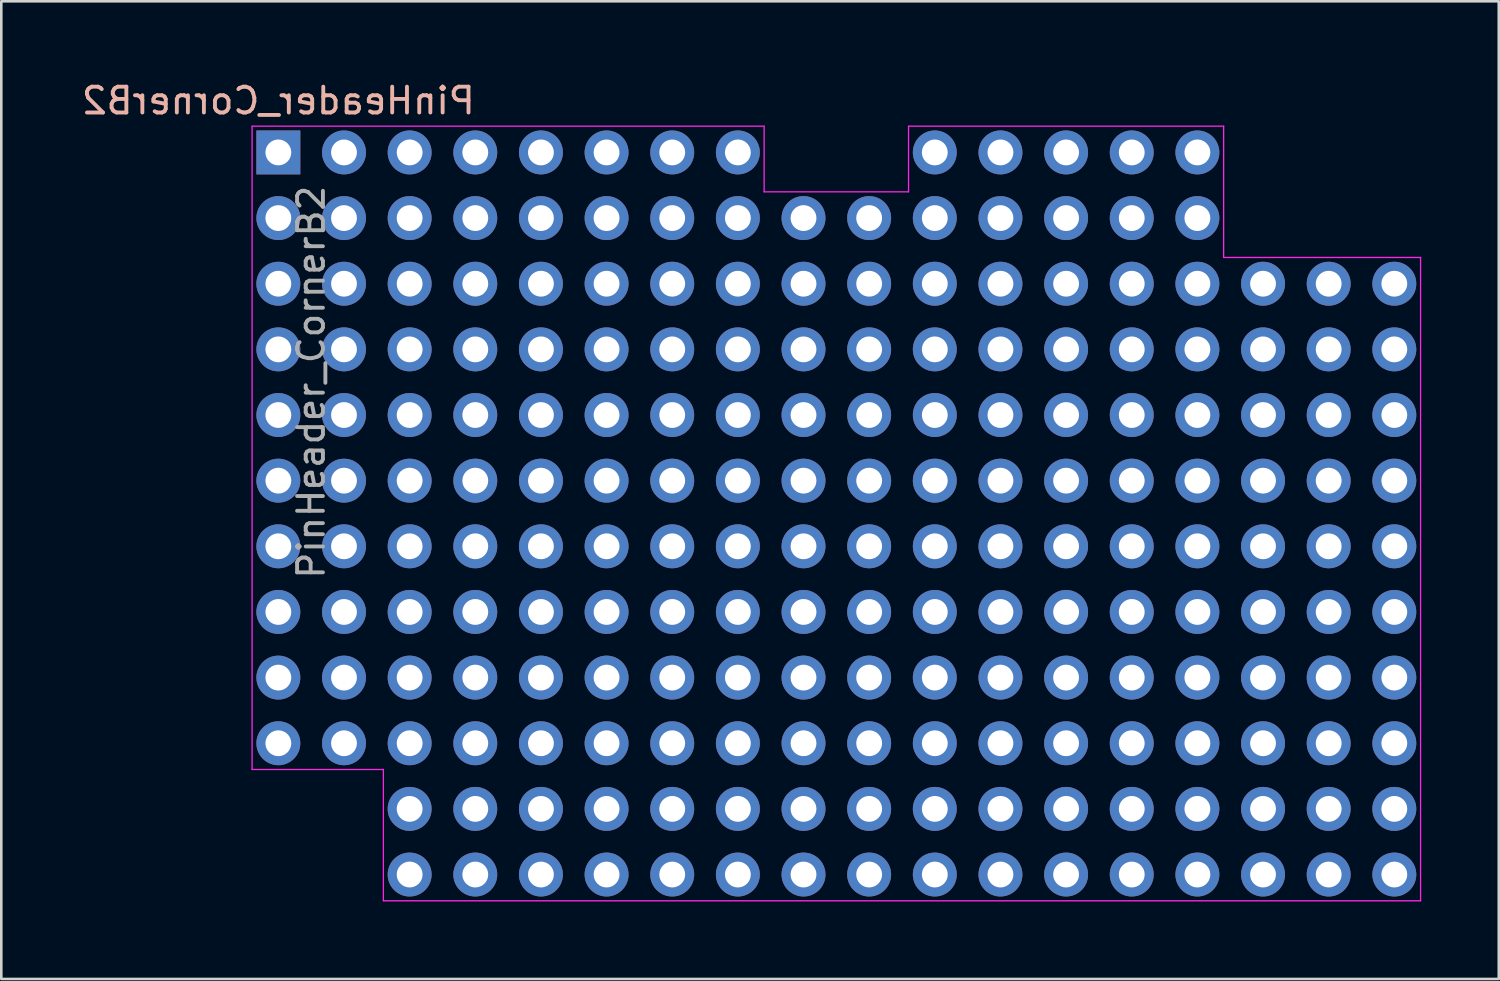
<source format=kicad_pcb>
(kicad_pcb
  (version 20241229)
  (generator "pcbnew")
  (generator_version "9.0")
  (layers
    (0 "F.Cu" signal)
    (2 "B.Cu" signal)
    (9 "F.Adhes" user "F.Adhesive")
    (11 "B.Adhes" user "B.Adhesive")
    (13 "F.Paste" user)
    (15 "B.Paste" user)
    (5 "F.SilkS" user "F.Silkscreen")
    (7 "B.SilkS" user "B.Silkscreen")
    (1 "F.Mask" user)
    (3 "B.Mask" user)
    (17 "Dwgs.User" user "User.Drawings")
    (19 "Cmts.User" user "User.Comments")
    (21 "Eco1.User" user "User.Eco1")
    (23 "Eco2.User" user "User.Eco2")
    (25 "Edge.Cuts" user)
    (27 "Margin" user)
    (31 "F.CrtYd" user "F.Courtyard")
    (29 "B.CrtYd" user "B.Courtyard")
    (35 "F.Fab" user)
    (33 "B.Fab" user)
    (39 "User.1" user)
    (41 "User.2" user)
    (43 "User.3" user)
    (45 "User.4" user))
  (footprint "PinHeader_CornerB2"
    (layer "F.Cu")
    (at 7.72 2.848)
    (property "Reference" "PinHeader_CornerB2" (at 0 -2 180) (layer "B.SilkS") (effects (font (size 1 1) (thickness 0.15)) (justify mirror)))
    (attr through_hole board_only)
    (fp_line (start -1.016 -1.016) (end 18.796 -1.016) (stroke (width 0.05) (type default)) (layer "F.CrtYd"))
    (fp_line (start -1.016 23.876) (end -1.016 -1.016) (stroke (width 0.05) (type default)) (layer "F.CrtYd"))
    (fp_line (start 4.064 23.876) (end -1.016 23.876) (stroke (width 0.05) (type default)) (layer "F.CrtYd"))
    (fp_line (start 4.064 28.956) (end 4.064 23.876) (stroke (width 0.05) (type default)) (layer "F.CrtYd"))
    (fp_line (start 18.796 -1.016) (end 18.796 1.524) (stroke (width 0.05) (type default)) (layer "F.CrtYd"))
    (fp_line (start 18.796 1.524) (end 24.384 1.524) (stroke (width 0.05) (type default)) (layer "F.CrtYd"))
    (fp_line (start 24.384 -1.016) (end 36.576 -1.016) (stroke (width 0.05) (type default)) (layer "F.CrtYd"))
    (fp_line (start 24.384 1.524) (end 24.384 -1.016) (stroke (width 0.05) (type default)) (layer "F.CrtYd"))
    (fp_line (start 36.576 -1.016) (end 36.576 4.064) (stroke (width 0.05) (type default)) (layer "F.CrtYd"))
    (fp_line (start 36.576 4.064) (end 44.196 4.064) (stroke (width 0.05) (type default)) (layer "F.CrtYd"))
    (fp_line (start 44.196 4.064) (end 44.196 28.956) (stroke (width 0.05) (type default)) (layer "F.CrtYd"))
    (fp_line (start 44.196 28.956) (end 4.064 28.956) (stroke (width 0.05) (type default)) (layer "F.CrtYd"))
    (fp_text user "${REFERENCE}" (at 1.27 8.89 90) (layer "F.Fab") (effects (font (size 1 1) (thickness 0.15))))
    (pad "1" thru_hole rect (at 0 0) (size 1.7 1.7) (drill 1) (layers "*.Cu" "*.Mask"))
    (pad "2" thru_hole oval (at 0 2.54) (size 1.7 1.7) (drill 1) (layers "*.Cu" "*.Mask"))
    (pad "3" thru_hole oval (at 0 5.08) (size 1.7 1.7) (drill 1) (layers "*.Cu" "*.Mask"))
    (pad "4" thru_hole oval (at 0 7.62) (size 1.7 1.7) (drill 1) (layers "*.Cu" "*.Mask"))
    (pad "5" thru_hole oval (at 0 10.16) (size 1.7 1.7) (drill 1) (layers "*.Cu" "*.Mask"))
    (pad "6" thru_hole oval (at 0 12.7) (size 1.7 1.7) (drill 1) (layers "*.Cu" "*.Mask"))
    (pad "7" thru_hole oval (at 0 15.24) (size 1.7 1.7) (drill 1) (layers "*.Cu" "*.Mask"))
    (pad "8" thru_hole oval (at 0 17.78) (size 1.7 1.7) (drill 1) (layers "*.Cu" "*.Mask"))
    (pad "9" thru_hole oval (at 0 20.32) (size 1.7 1.7) (drill 1) (layers "*.Cu" "*.Mask"))
    (pad "10" thru_hole oval (at 0 22.86) (size 1.7 1.7) (drill 1) (layers "*.Cu" "*.Mask"))
    (pad "11" thru_hole oval (at 2.54 0) (size 1.7 1.7) (drill 1) (layers "*.Cu" "*.Mask"))
    (pad "12" thru_hole oval (at 2.54 2.54) (size 1.7 1.7) (drill 1) (layers "*.Cu" "*.Mask"))
    (pad "13" thru_hole oval (at 2.54 5.08) (size 1.7 1.7) (drill 1) (layers "*.Cu" "*.Mask"))
    (pad "14" thru_hole oval (at 2.54 7.62) (size 1.7 1.7) (drill 1) (layers "*.Cu" "*.Mask"))
    (pad "15" thru_hole oval (at 2.54 10.16) (size 1.7 1.7) (drill 1) (layers "*.Cu" "*.Mask"))
    (pad "16" thru_hole oval (at 2.54 12.7) (size 1.7 1.7) (drill 1) (layers "*.Cu" "*.Mask"))
    (pad "17" thru_hole oval (at 2.54 15.24) (size 1.7 1.7) (drill 1) (layers "*.Cu" "*.Mask"))
    (pad "18" thru_hole oval (at 2.54 17.78) (size 1.7 1.7) (drill 1) (layers "*.Cu" "*.Mask"))
    (pad "19" thru_hole oval (at 2.54 20.32) (size 1.7 1.7) (drill 1) (layers "*.Cu" "*.Mask"))
    (pad "20" thru_hole oval (at 2.54 22.86) (size 1.7 1.7) (drill 1) (layers "*.Cu" "*.Mask"))
    (pad "21" thru_hole oval (at 5.08 0) (size 1.7 1.7) (drill 1) (layers "*.Cu" "*.Mask"))
    (pad "22" thru_hole oval (at 5.08 2.54) (size 1.7 1.7) (drill 1) (layers "*.Cu" "*.Mask"))
    (pad "23" thru_hole oval (at 5.08 5.08) (size 1.7 1.7) (drill 1) (layers "*.Cu" "*.Mask"))
    (pad "24" thru_hole oval (at 5.08 7.62) (size 1.7 1.7) (drill 1) (layers "*.Cu" "*.Mask"))
    (pad "25" thru_hole oval (at 5.08 10.16) (size 1.7 1.7) (drill 1) (layers "*.Cu" "*.Mask"))
    (pad "26" thru_hole oval (at 5.08 12.7) (size 1.7 1.7) (drill 1) (layers "*.Cu" "*.Mask"))
    (pad "27" thru_hole oval (at 5.08 15.24) (size 1.7 1.7) (drill 1) (layers "*.Cu" "*.Mask"))
    (pad "28" thru_hole oval (at 5.08 17.78) (size 1.7 1.7) (drill 1) (layers "*.Cu" "*.Mask"))
    (pad "29" thru_hole oval (at 5.08 20.32) (size 1.7 1.7) (drill 1) (layers "*.Cu" "*.Mask"))
    (pad "30" thru_hole oval (at 5.08 22.86) (size 1.7 1.7) (drill 1) (layers "*.Cu" "*.Mask"))
    (pad "31" thru_hole oval (at 5.08 25.4) (size 1.7 1.7) (drill 1) (layers "*.Cu" "*.Mask"))
    (pad "32" thru_hole oval (at 5.08 27.94) (size 1.7 1.7) (drill 1) (layers "*.Cu" "*.Mask"))
    (pad "33" thru_hole oval (at 7.62 0) (size 1.7 1.7) (drill 1) (layers "*.Cu" "*.Mask"))
    (pad "34" thru_hole oval (at 7.62 2.54) (size 1.7 1.7) (drill 1) (layers "*.Cu" "*.Mask"))
    (pad "35" thru_hole oval (at 7.62 5.08) (size 1.7 1.7) (drill 1) (layers "*.Cu" "*.Mask"))
    (pad "36" thru_hole oval (at 7.62 7.62) (size 1.7 1.7) (drill 1) (layers "*.Cu" "*.Mask"))
    (pad "37" thru_hole oval (at 7.62 10.16) (size 1.7 1.7) (drill 1) (layers "*.Cu" "*.Mask"))
    (pad "38" thru_hole oval (at 7.62 12.7) (size 1.7 1.7) (drill 1) (layers "*.Cu" "*.Mask"))
    (pad "39" thru_hole oval (at 7.62 15.24) (size 1.7 1.7) (drill 1) (layers "*.Cu" "*.Mask"))
    (pad "40" thru_hole oval (at 7.62 17.78) (size 1.7 1.7) (drill 1) (layers "*.Cu" "*.Mask"))
    (pad "41" thru_hole oval (at 7.62 20.32) (size 1.7 1.7) (drill 1) (layers "*.Cu" "*.Mask"))
    (pad "42" thru_hole oval (at 7.62 22.86) (size 1.7 1.7) (drill 1) (layers "*.Cu" "*.Mask"))
    (pad "43" thru_hole oval (at 7.62 25.4) (size 1.7 1.7) (drill 1) (layers "*.Cu" "*.Mask"))
    (pad "44" thru_hole oval (at 7.62 27.94) (size 1.7 1.7) (drill 1) (layers "*.Cu" "*.Mask"))
    (pad "45" thru_hole oval (at 10.16 0) (size 1.7 1.7) (drill 1) (layers "*.Cu" "*.Mask"))
    (pad "46" thru_hole oval (at 10.16 2.54) (size 1.7 1.7) (drill 1) (layers "*.Cu" "*.Mask"))
    (pad "47" thru_hole oval (at 10.16 5.08) (size 1.7 1.7) (drill 1) (layers "*.Cu" "*.Mask"))
    (pad "48" thru_hole oval (at 10.16 7.62) (size 1.7 1.7) (drill 1) (layers "*.Cu" "*.Mask"))
    (pad "49" thru_hole oval (at 10.16 10.16) (size 1.7 1.7) (drill 1) (layers "*.Cu" "*.Mask"))
    (pad "50" thru_hole oval (at 10.16 12.7) (size 1.7 1.7) (drill 1) (layers "*.Cu" "*.Mask"))
    (pad "51" thru_hole oval (at 10.16 15.24) (size 1.7 1.7) (drill 1) (layers "*.Cu" "*.Mask"))
    (pad "52" thru_hole oval (at 10.16 17.78) (size 1.7 1.7) (drill 1) (layers "*.Cu" "*.Mask"))
    (pad "53" thru_hole oval (at 10.16 20.32) (size 1.7 1.7) (drill 1) (layers "*.Cu" "*.Mask"))
    (pad "54" thru_hole oval (at 10.16 22.86) (size 1.7 1.7) (drill 1) (layers "*.Cu" "*.Mask"))
    (pad "55" thru_hole oval (at 10.16 25.4) (size 1.7 1.7) (drill 1) (layers "*.Cu" "*.Mask"))
    (pad "56" thru_hole oval (at 10.16 27.94) (size 1.7 1.7) (drill 1) (layers "*.Cu" "*.Mask"))
    (pad "57" thru_hole oval (at 12.7 0) (size 1.7 1.7) (drill 1) (layers "*.Cu" "*.Mask"))
    (pad "58" thru_hole oval (at 12.7 2.54) (size 1.7 1.7) (drill 1) (layers "*.Cu" "*.Mask"))
    (pad "59" thru_hole oval (at 12.7 5.08) (size 1.7 1.7) (drill 1) (layers "*.Cu" "*.Mask"))
    (pad "60" thru_hole oval (at 12.7 7.62) (size 1.7 1.7) (drill 1) (layers "*.Cu" "*.Mask"))
    (pad "61" thru_hole oval (at 12.7 10.16) (size 1.7 1.7) (drill 1) (layers "*.Cu" "*.Mask"))
    (pad "62" thru_hole oval (at 12.7 12.7) (size 1.7 1.7) (drill 1) (layers "*.Cu" "*.Mask"))
    (pad "63" thru_hole oval (at 12.7 15.24) (size 1.7 1.7) (drill 1) (layers "*.Cu" "*.Mask"))
    (pad "64" thru_hole oval (at 12.7 17.78) (size 1.7 1.7) (drill 1) (layers "*.Cu" "*.Mask"))
    (pad "65" thru_hole oval (at 12.7 20.32) (size 1.7 1.7) (drill 1) (layers "*.Cu" "*.Mask"))
    (pad "66" thru_hole oval (at 12.7 22.86) (size 1.7 1.7) (drill 1) (layers "*.Cu" "*.Mask"))
    (pad "67" thru_hole oval (at 12.7 25.4) (size 1.7 1.7) (drill 1) (layers "*.Cu" "*.Mask"))
    (pad "68" thru_hole oval (at 12.7 27.94) (size 1.7 1.7) (drill 1) (layers "*.Cu" "*.Mask"))
    (pad "69" thru_hole oval (at 15.24 0) (size 1.7 1.7) (drill 1) (layers "*.Cu" "*.Mask"))
    (pad "70" thru_hole oval (at 15.24 2.54) (size 1.7 1.7) (drill 1) (layers "*.Cu" "*.Mask"))
    (pad "71" thru_hole oval (at 15.24 5.08) (size 1.7 1.7) (drill 1) (layers "*.Cu" "*.Mask"))
    (pad "72" thru_hole oval (at 15.24 7.62) (size 1.7 1.7) (drill 1) (layers "*.Cu" "*.Mask"))
    (pad "73" thru_hole oval (at 15.24 10.16) (size 1.7 1.7) (drill 1) (layers "*.Cu" "*.Mask"))
    (pad "74" thru_hole oval (at 15.24 12.7) (size 1.7 1.7) (drill 1) (layers "*.Cu" "*.Mask"))
    (pad "75" thru_hole oval (at 15.24 15.24) (size 1.7 1.7) (drill 1) (layers "*.Cu" "*.Mask"))
    (pad "76" thru_hole oval (at 15.24 17.78) (size 1.7 1.7) (drill 1) (layers "*.Cu" "*.Mask"))
    (pad "77" thru_hole oval (at 15.24 20.32) (size 1.7 1.7) (drill 1) (layers "*.Cu" "*.Mask"))
    (pad "78" thru_hole oval (at 15.24 22.86) (size 1.7 1.7) (drill 1) (layers "*.Cu" "*.Mask"))
    (pad "79" thru_hole oval (at 15.24 25.4) (size 1.7 1.7) (drill 1) (layers "*.Cu" "*.Mask"))
    (pad "80" thru_hole oval (at 15.24 27.94) (size 1.7 1.7) (drill 1) (layers "*.Cu" "*.Mask"))
    (pad "81" thru_hole oval (at 17.78 0) (size 1.7 1.7) (drill 1) (layers "*.Cu" "*.Mask"))
    (pad "82" thru_hole oval (at 17.78 2.54) (size 1.7 1.7) (drill 1) (layers "*.Cu" "*.Mask"))
    (pad "83" thru_hole oval (at 17.78 5.08) (size 1.7 1.7) (drill 1) (layers "*.Cu" "*.Mask"))
    (pad "84" thru_hole oval (at 17.78 7.62) (size 1.7 1.7) (drill 1) (layers "*.Cu" "*.Mask"))
    (pad "85" thru_hole oval (at 17.78 10.16) (size 1.7 1.7) (drill 1) (layers "*.Cu" "*.Mask"))
    (pad "86" thru_hole oval (at 17.78 12.7) (size 1.7 1.7) (drill 1) (layers "*.Cu" "*.Mask"))
    (pad "87" thru_hole oval (at 17.78 15.24) (size 1.7 1.7) (drill 1) (layers "*.Cu" "*.Mask"))
    (pad "88" thru_hole oval (at 17.78 17.78) (size 1.7 1.7) (drill 1) (layers "*.Cu" "*.Mask"))
    (pad "89" thru_hole oval (at 17.78 20.32) (size 1.7 1.7) (drill 1) (layers "*.Cu" "*.Mask"))
    (pad "90" thru_hole oval (at 17.78 22.86) (size 1.7 1.7) (drill 1) (layers "*.Cu" "*.Mask"))
    (pad "91" thru_hole oval (at 17.78 25.4) (size 1.7 1.7) (drill 1) (layers "*.Cu" "*.Mask"))
    (pad "92" thru_hole oval (at 17.78 27.94) (size 1.7 1.7) (drill 1) (layers "*.Cu" "*.Mask"))
    (pad "93" thru_hole oval (at 20.32 2.54) (size 1.7 1.7) (drill 1) (layers "*.Cu" "*.Mask"))
    (pad "94" thru_hole oval (at 20.32 5.08) (size 1.7 1.7) (drill 1) (layers "*.Cu" "*.Mask"))
    (pad "95" thru_hole oval (at 20.32 7.62) (size 1.7 1.7) (drill 1) (layers "*.Cu" "*.Mask"))
    (pad "96" thru_hole oval (at 20.32 10.16) (size 1.7 1.7) (drill 1) (layers "*.Cu" "*.Mask"))
    (pad "97" thru_hole oval (at 20.32 12.7) (size 1.7 1.7) (drill 1) (layers "*.Cu" "*.Mask"))
    (pad "98" thru_hole oval (at 20.32 15.24) (size 1.7 1.7) (drill 1) (layers "*.Cu" "*.Mask"))
    (pad "99" thru_hole oval (at 20.32 17.78) (size 1.7 1.7) (drill 1) (layers "*.Cu" "*.Mask"))
    (pad "100" thru_hole oval (at 20.32 20.32) (size 1.7 1.7) (drill 1) (layers "*.Cu" "*.Mask"))
    (pad "101" thru_hole oval (at 20.32 22.86) (size 1.7 1.7) (drill 1) (layers "*.Cu" "*.Mask"))
    (pad "102" thru_hole oval (at 20.32 25.4) (size 1.7 1.7) (drill 1) (layers "*.Cu" "*.Mask"))
    (pad "103" thru_hole oval (at 20.32 27.94) (size 1.7 1.7) (drill 1) (layers "*.Cu" "*.Mask"))
    (pad "104" thru_hole oval (at 22.86 2.54) (size 1.7 1.7) (drill 1) (layers "*.Cu" "*.Mask"))
    (pad "105" thru_hole oval (at 22.86 5.08) (size 1.7 1.7) (drill 1) (layers "*.Cu" "*.Mask"))
    (pad "106" thru_hole oval (at 22.86 7.62) (size 1.7 1.7) (drill 1) (layers "*.Cu" "*.Mask"))
    (pad "107" thru_hole oval (at 22.86 10.16) (size 1.7 1.7) (drill 1) (layers "*.Cu" "*.Mask"))
    (pad "108" thru_hole oval (at 22.86 12.7) (size 1.7 1.7) (drill 1) (layers "*.Cu" "*.Mask"))
    (pad "109" thru_hole oval (at 22.86 15.24) (size 1.7 1.7) (drill 1) (layers "*.Cu" "*.Mask"))
    (pad "110" thru_hole oval (at 22.86 17.78) (size 1.7 1.7) (drill 1) (layers "*.Cu" "*.Mask"))
    (pad "111" thru_hole oval (at 22.86 20.32) (size 1.7 1.7) (drill 1) (layers "*.Cu" "*.Mask"))
    (pad "112" thru_hole oval (at 22.86 22.86) (size 1.7 1.7) (drill 1) (layers "*.Cu" "*.Mask"))
    (pad "113" thru_hole oval (at 22.86 25.4) (size 1.7 1.7) (drill 1) (layers "*.Cu" "*.Mask"))
    (pad "114" thru_hole oval (at 22.86 27.94) (size 1.7 1.7) (drill 1) (layers "*.Cu" "*.Mask"))
    (pad "115" thru_hole oval (at 25.4 0) (size 1.7 1.7) (drill 1) (layers "*.Cu" "*.Mask"))
    (pad "116" thru_hole oval (at 25.4 2.54) (size 1.7 1.7) (drill 1) (layers "*.Cu" "*.Mask"))
    (pad "117" thru_hole oval (at 25.4 5.08) (size 1.7 1.7) (drill 1) (layers "*.Cu" "*.Mask"))
    (pad "118" thru_hole oval (at 25.4 7.62) (size 1.7 1.7) (drill 1) (layers "*.Cu" "*.Mask"))
    (pad "119" thru_hole oval (at 25.4 10.16) (size 1.7 1.7) (drill 1) (layers "*.Cu" "*.Mask"))
    (pad "120" thru_hole oval (at 25.4 12.7) (size 1.7 1.7) (drill 1) (layers "*.Cu" "*.Mask"))
    (pad "121" thru_hole oval (at 25.4 15.24) (size 1.7 1.7) (drill 1) (layers "*.Cu" "*.Mask"))
    (pad "122" thru_hole oval (at 25.4 17.78) (size 1.7 1.7) (drill 1) (layers "*.Cu" "*.Mask"))
    (pad "123" thru_hole oval (at 25.4 20.32) (size 1.7 1.7) (drill 1) (layers "*.Cu" "*.Mask"))
    (pad "124" thru_hole oval (at 25.4 22.86) (size 1.7 1.7) (drill 1) (layers "*.Cu" "*.Mask"))
    (pad "125" thru_hole oval (at 25.4 25.4) (size 1.7 1.7) (drill 1) (layers "*.Cu" "*.Mask"))
    (pad "126" thru_hole oval (at 25.4 27.94) (size 1.7 1.7) (drill 1) (layers "*.Cu" "*.Mask"))
    (pad "127" thru_hole oval (at 27.94 0) (size 1.7 1.7) (drill 1) (layers "*.Cu" "*.Mask"))
    (pad "128" thru_hole oval (at 27.94 2.54) (size 1.7 1.7) (drill 1) (layers "*.Cu" "*.Mask"))
    (pad "129" thru_hole oval (at 27.94 5.08) (size 1.7 1.7) (drill 1) (layers "*.Cu" "*.Mask"))
    (pad "130" thru_hole oval (at 27.94 7.62) (size 1.7 1.7) (drill 1) (layers "*.Cu" "*.Mask"))
    (pad "131" thru_hole oval (at 27.94 10.16) (size 1.7 1.7) (drill 1) (layers "*.Cu" "*.Mask"))
    (pad "132" thru_hole oval (at 27.94 12.7) (size 1.7 1.7) (drill 1) (layers "*.Cu" "*.Mask"))
    (pad "133" thru_hole oval (at 27.94 15.24) (size 1.7 1.7) (drill 1) (layers "*.Cu" "*.Mask"))
    (pad "134" thru_hole oval (at 27.94 17.78) (size 1.7 1.7) (drill 1) (layers "*.Cu" "*.Mask"))
    (pad "135" thru_hole oval (at 27.94 20.32) (size 1.7 1.7) (drill 1) (layers "*.Cu" "*.Mask"))
    (pad "136" thru_hole oval (at 27.94 22.86) (size 1.7 1.7) (drill 1) (layers "*.Cu" "*.Mask"))
    (pad "137" thru_hole oval (at 27.94 25.4) (size 1.7 1.7) (drill 1) (layers "*.Cu" "*.Mask"))
    (pad "138" thru_hole oval (at 27.94 27.94) (size 1.7 1.7) (drill 1) (layers "*.Cu" "*.Mask"))
    (pad "139" thru_hole oval (at 30.48 0) (size 1.7 1.7) (drill 1) (layers "*.Cu" "*.Mask"))
    (pad "140" thru_hole oval (at 30.48 2.54) (size 1.7 1.7) (drill 1) (layers "*.Cu" "*.Mask"))
    (pad "141" thru_hole oval (at 30.48 5.08) (size 1.7 1.7) (drill 1) (layers "*.Cu" "*.Mask"))
    (pad "142" thru_hole oval (at 30.48 7.62) (size 1.7 1.7) (drill 1) (layers "*.Cu" "*.Mask"))
    (pad "143" thru_hole oval (at 30.48 10.16) (size 1.7 1.7) (drill 1) (layers "*.Cu" "*.Mask"))
    (pad "144" thru_hole oval (at 30.48 12.7) (size 1.7 1.7) (drill 1) (layers "*.Cu" "*.Mask"))
    (pad "145" thru_hole oval (at 30.48 15.24) (size 1.7 1.7) (drill 1) (layers "*.Cu" "*.Mask"))
    (pad "146" thru_hole oval (at 30.48 17.78) (size 1.7 1.7) (drill 1) (layers "*.Cu" "*.Mask"))
    (pad "147" thru_hole oval (at 30.48 20.32) (size 1.7 1.7) (drill 1) (layers "*.Cu" "*.Mask"))
    (pad "148" thru_hole oval (at 30.48 25.4) (size 1.7 1.7) (drill 1) (layers "*.Cu" "*.Mask"))
    (pad "149" thru_hole oval (at 30.48 22.86) (size 1.7 1.7) (drill 1) (layers "*.Cu" "*.Mask"))
    (pad "150" thru_hole oval (at 30.48 27.94) (size 1.7 1.7) (drill 1) (layers "*.Cu" "*.Mask"))
    (pad "151" thru_hole oval (at 33.02 0) (size 1.7 1.7) (drill 1) (layers "*.Cu" "*.Mask"))
    (pad "152" thru_hole oval (at 33.02 2.54) (size 1.7 1.7) (drill 1) (layers "*.Cu" "*.Mask"))
    (pad "153" thru_hole oval (at 33.02 5.08) (size 1.7 1.7) (drill 1) (layers "*.Cu" "*.Mask"))
    (pad "154" thru_hole oval (at 33.02 7.62) (size 1.7 1.7) (drill 1) (layers "*.Cu" "*.Mask"))
    (pad "155" thru_hole oval (at 33.02 10.16) (size 1.7 1.7) (drill 1) (layers "*.Cu" "*.Mask"))
    (pad "156" thru_hole oval (at 33.02 12.7) (size 1.7 1.7) (drill 1) (layers "*.Cu" "*.Mask"))
    (pad "157" thru_hole oval (at 33.02 15.24) (size 1.7 1.7) (drill 1) (layers "*.Cu" "*.Mask"))
    (pad "158" thru_hole oval (at 33.02 17.78) (size 1.7 1.7) (drill 1) (layers "*.Cu" "*.Mask"))
    (pad "159" thru_hole oval (at 33.02 20.32) (size 1.7 1.7) (drill 1) (layers "*.Cu" "*.Mask"))
    (pad "160" thru_hole oval (at 33.02 22.86) (size 1.7 1.7) (drill 1) (layers "*.Cu" "*.Mask"))
    (pad "161" thru_hole oval (at 33.02 25.4) (size 1.7 1.7) (drill 1) (layers "*.Cu" "*.Mask"))
    (pad "162" thru_hole oval (at 33.02 27.94) (size 1.7 1.7) (drill 1) (layers "*.Cu" "*.Mask"))
    (pad "163" thru_hole oval (at 35.56 0) (size 1.7 1.7) (drill 1) (layers "*.Cu" "*.Mask"))
    (pad "164" thru_hole oval (at 35.56 2.54) (size 1.7 1.7) (drill 1) (layers "*.Cu" "*.Mask"))
    (pad "165" thru_hole oval (at 35.56 5.08) (size 1.7 1.7) (drill 1) (layers "*.Cu" "*.Mask"))
    (pad "166" thru_hole oval (at 35.56 7.62) (size 1.7 1.7) (drill 1) (layers "*.Cu" "*.Mask"))
    (pad "167" thru_hole oval (at 35.56 10.16) (size 1.7 1.7) (drill 1) (layers "*.Cu" "*.Mask"))
    (pad "168" thru_hole oval (at 35.56 12.7) (size 1.7 1.7) (drill 1) (layers "*.Cu" "*.Mask"))
    (pad "169" thru_hole oval (at 35.56 15.24) (size 1.7 1.7) (drill 1) (layers "*.Cu" "*.Mask"))
    (pad "170" thru_hole oval (at 35.56 17.78) (size 1.7 1.7) (drill 1) (layers "*.Cu" "*.Mask"))
    (pad "171" thru_hole oval (at 35.56 20.32) (size 1.7 1.7) (drill 1) (layers "*.Cu" "*.Mask"))
    (pad "172" thru_hole oval (at 35.56 22.86) (size 1.7 1.7) (drill 1) (layers "*.Cu" "*.Mask"))
    (pad "173" thru_hole oval (at 35.56 25.4) (size 1.7 1.7) (drill 1) (layers "*.Cu" "*.Mask"))
    (pad "174" thru_hole oval (at 35.56 27.94) (size 1.7 1.7) (drill 1) (layers "*.Cu" "*.Mask"))
    (pad "175" thru_hole oval (at 38.1 5.08) (size 1.7 1.7) (drill 1) (layers "*.Cu" "*.Mask"))
    (pad "176" thru_hole oval (at 38.1 7.62) (size 1.7 1.7) (drill 1) (layers "*.Cu" "*.Mask"))
    (pad "177" thru_hole oval (at 38.1 10.16) (size 1.7 1.7) (drill 1) (layers "*.Cu" "*.Mask"))
    (pad "178" thru_hole oval (at 38.1 12.7) (size 1.7 1.7) (drill 1) (layers "*.Cu" "*.Mask"))
    (pad "179" thru_hole oval (at 38.1 15.24) (size 1.7 1.7) (drill 1) (layers "*.Cu" "*.Mask"))
    (pad "180" thru_hole oval (at 38.1 17.78) (size 1.7 1.7) (drill 1) (layers "*.Cu" "*.Mask"))
    (pad "181" thru_hole oval (at 38.1 20.32) (size 1.7 1.7) (drill 1) (layers "*.Cu" "*.Mask"))
    (pad "182" thru_hole oval (at 38.1 22.86) (size 1.7 1.7) (drill 1) (layers "*.Cu" "*.Mask"))
    (pad "183" thru_hole oval (at 38.1 25.4) (size 1.7 1.7) (drill 1) (layers "*.Cu" "*.Mask"))
    (pad "184" thru_hole oval (at 38.1 27.94) (size 1.7 1.7) (drill 1) (layers "*.Cu" "*.Mask"))
    (pad "185" thru_hole oval (at 40.64 5.08) (size 1.7 1.7) (drill 1) (layers "*.Cu" "*.Mask"))
    (pad "186" thru_hole oval (at 40.64 7.62) (size 1.7 1.7) (drill 1) (layers "*.Cu" "*.Mask"))
    (pad "187" thru_hole oval (at 40.64 10.16) (size 1.7 1.7) (drill 1) (layers "*.Cu" "*.Mask"))
    (pad "188" thru_hole oval (at 40.64 12.7) (size 1.7 1.7) (drill 1) (layers "*.Cu" "*.Mask"))
    (pad "189" thru_hole oval (at 40.64 15.24) (size 1.7 1.7) (drill 1) (layers "*.Cu" "*.Mask"))
    (pad "190" thru_hole oval (at 40.64 17.78) (size 1.7 1.7) (drill 1) (layers "*.Cu" "*.Mask"))
    (pad "191" thru_hole oval (at 40.64 20.32) (size 1.7 1.7) (drill 1) (layers "*.Cu" "*.Mask"))
    (pad "192" thru_hole oval (at 40.64 22.86) (size 1.7 1.7) (drill 1) (layers "*.Cu" "*.Mask"))
    (pad "193" thru_hole oval (at 40.64 25.4) (size 1.7 1.7) (drill 1) (layers "*.Cu" "*.Mask"))
    (pad "194" thru_hole oval (at 40.64 27.94) (size 1.7 1.7) (drill 1) (layers "*.Cu" "*.Mask"))
    (pad "195" thru_hole oval (at 43.18 5.08) (size 1.7 1.7) (drill 1) (layers "*.Cu" "*.Mask"))
    (pad "196" thru_hole oval (at 43.18 7.62) (size 1.7 1.7) (drill 1) (layers "*.Cu" "*.Mask"))
    (pad "197" thru_hole oval (at 43.18 10.16) (size 1.7 1.7) (drill 1) (layers "*.Cu" "*.Mask"))
    (pad "198" thru_hole oval (at 43.18 12.7) (size 1.7 1.7) (drill 1) (layers "*.Cu" "*.Mask"))
    (pad "199" thru_hole oval (at 43.18 15.24) (size 1.7 1.7) (drill 1) (layers "*.Cu" "*.Mask"))
    (pad "200" thru_hole oval (at 43.18 17.78) (size 1.7 1.7) (drill 1) (layers "*.Cu" "*.Mask"))
    (pad "201" thru_hole oval (at 43.18 20.32) (size 1.7 1.7) (drill 1) (layers "*.Cu" "*.Mask"))
    (pad "202" thru_hole oval (at 43.18 22.86) (size 1.7 1.7) (drill 1) (layers "*.Cu" "*.Mask"))
    (pad "203" thru_hole oval (at 43.18 25.4) (size 1.7 1.7) (drill 1) (layers "*.Cu" "*.Mask"))
    (pad "204" thru_hole oval (at 43.18 27.94) (size 1.7 1.7) (drill 1) (layers "*.Cu" "*.Mask")))
  (gr_rect
    (start -3 -3)
    (end 54.941 34.829)
    (stroke (width 0.1) (type default))
    (fill no)
    (layer "Edge.Cuts")))
</source>
